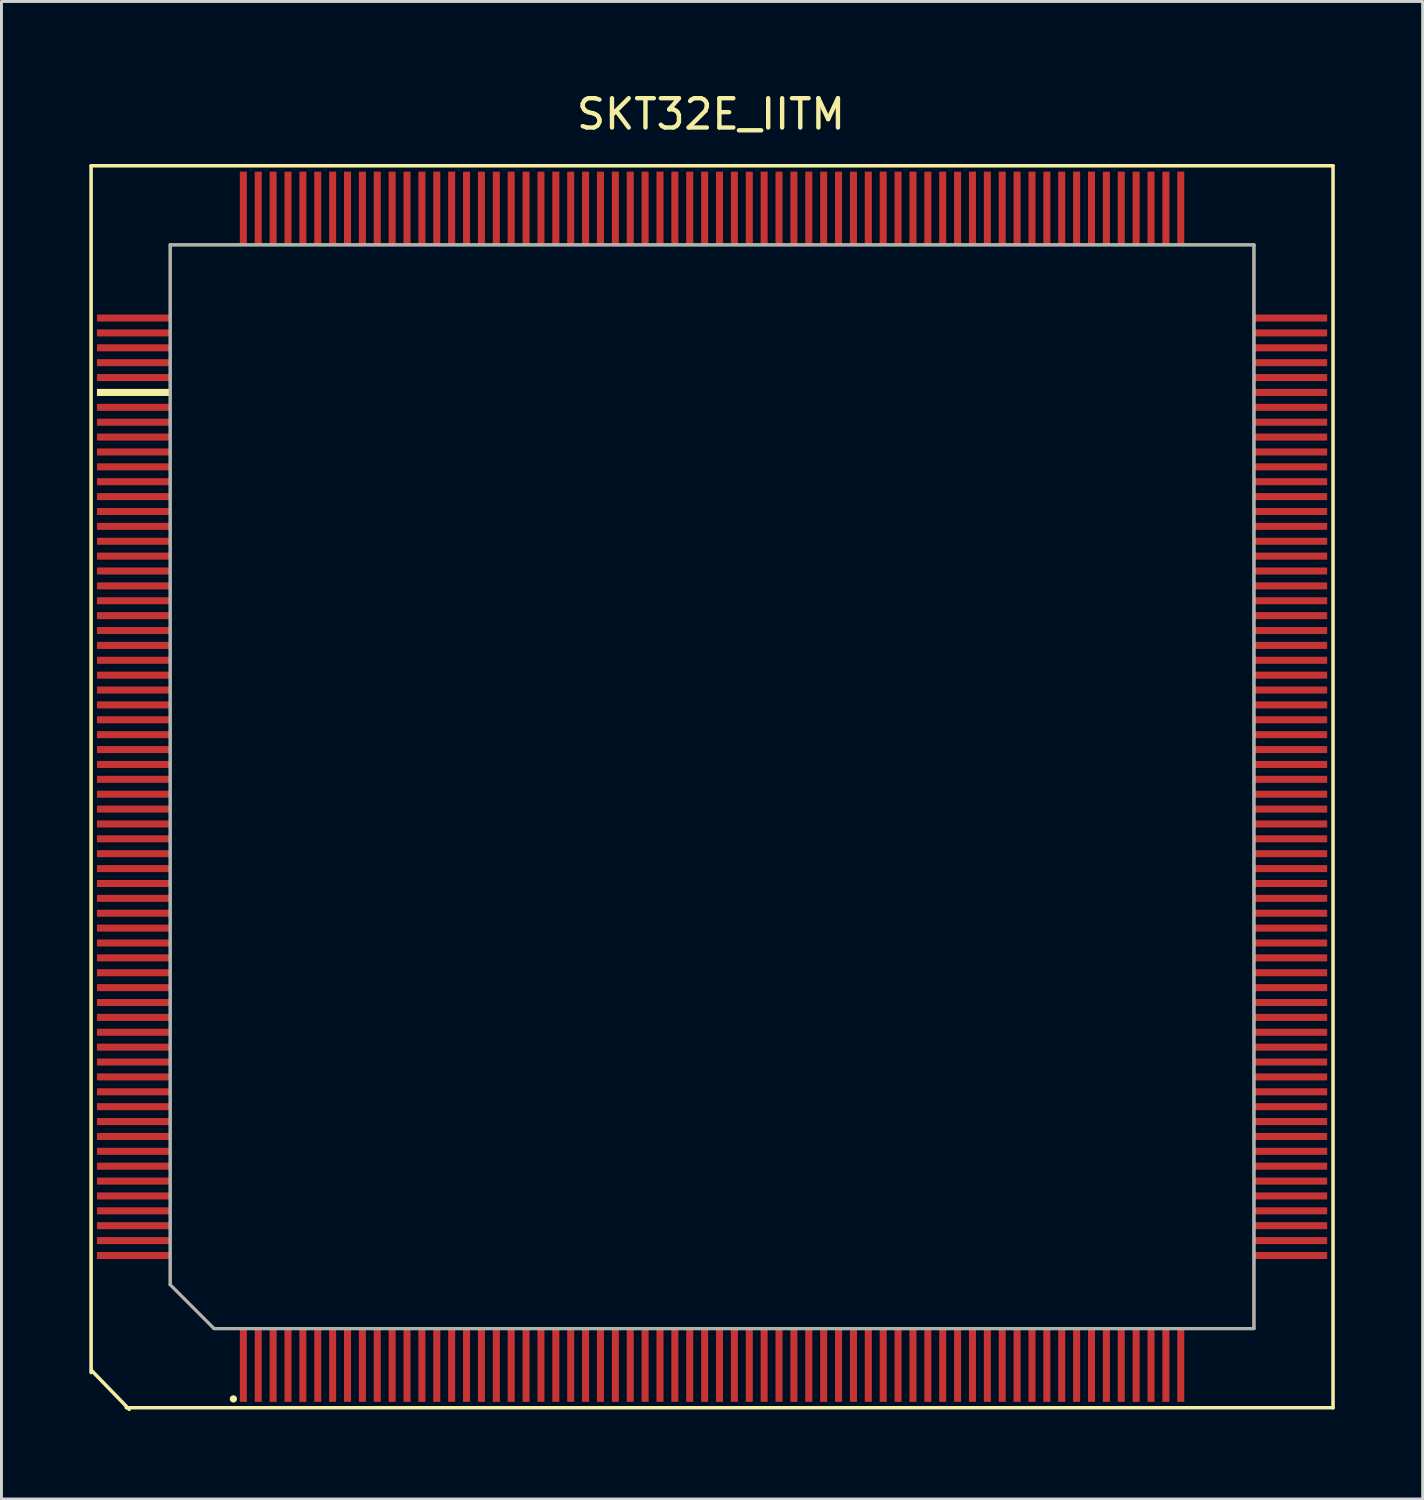
<source format=kicad_pcb>
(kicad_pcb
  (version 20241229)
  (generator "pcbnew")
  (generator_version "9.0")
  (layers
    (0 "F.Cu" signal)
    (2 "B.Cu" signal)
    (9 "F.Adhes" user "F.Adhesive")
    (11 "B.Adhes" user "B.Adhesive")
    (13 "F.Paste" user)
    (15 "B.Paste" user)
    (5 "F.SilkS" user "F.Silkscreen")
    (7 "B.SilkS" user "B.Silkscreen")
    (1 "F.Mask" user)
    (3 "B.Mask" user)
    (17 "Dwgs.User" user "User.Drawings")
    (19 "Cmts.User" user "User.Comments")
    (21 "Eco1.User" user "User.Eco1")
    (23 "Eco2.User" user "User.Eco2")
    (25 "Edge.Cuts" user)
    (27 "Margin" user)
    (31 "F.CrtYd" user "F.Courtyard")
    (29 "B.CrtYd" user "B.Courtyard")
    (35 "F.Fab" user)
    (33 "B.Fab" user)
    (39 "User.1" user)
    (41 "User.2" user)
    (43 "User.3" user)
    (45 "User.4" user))
  (footprint "SKT32E_IITM"
    (layer "F.Cu")
    (at 21.26 23.81)
    (property "Reference" "SKT32E_IITM" (at -0.036 -22.962 0) (layer "F.SilkS") (effects (font (size 1 1) (thickness 0.15))))
    (attr through_hole)
    (fp_line (start -21.2 -21.2) (end -21.2 20) (stroke (width 0.12) (type solid)) (layer "F.SilkS"))
    (fp_line (start -21.189 19.924) (end -19.898 21.255) (stroke (width 0.12) (type solid)) (layer "F.SilkS"))
    (fp_line (start -20 21.2) (end 21.2 21.2) (stroke (width 0.12) (type solid)) (layer "F.SilkS"))
    (fp_line (start -18.5 -18.5) (end -18.5 17) (stroke (width 0.1) (type solid)) (layer "F.SilkS"))
    (fp_line (start -18.5 17) (end -17 18.5) (stroke (width 0.1) (type solid)) (layer "F.SilkS"))
    (fp_line (start -17 18.5) (end 18.5 18.5) (stroke (width 0.1) (type solid)) (layer "F.SilkS"))
    (fp_line (start 18.5 -18.5) (end -18.5 -18.5) (stroke (width 0.1) (type solid)) (layer "F.SilkS"))
    (fp_line (start 18.5 18.5) (end 18.5 -18.5) (stroke (width 0.1) (type solid)) (layer "F.SilkS"))
    (fp_line (start 21.2 -21.2) (end -21.2 -21.2) (stroke (width 0.12) (type solid)) (layer "F.SilkS"))
    (fp_line (start 21.2 21.2) (end 21.2 -21.2) (stroke (width 0.12) (type solid)) (layer "F.SilkS"))
    (fp_circle (center -16.342 20.899) (end -16.406 20.899) (stroke (width 0.12) (type solid)) (fill no) (layer "F.SilkS"))
    (fp_line (start -18.5 -18.5) (end 18.5 -18.5) (stroke (width 0.1) (type solid)) (layer "F.Fab"))
    (fp_line (start -18.5 17) (end -18.5 -18.5) (stroke (width 0.1) (type solid)) (layer "F.Fab"))
    (fp_line (start -18.5 17) (end -17 18.5) (stroke (width 0.1) (type solid)) (layer "F.Fab"))
    (fp_line (start 18.5 -18.5) (end 18.5 18.5) (stroke (width 0.1) (type solid)) (layer "F.Fab"))
    (fp_line (start 18.5 18.5) (end -17 18.5) (stroke (width 0.1) (type solid)) (layer "F.Fab"))
    (pad "1" smd rect (at -16.002 18.5) (size 0.24 2.5) (drill (offset 0 1.25)) (layers "F.Cu" "F.Mask" "F.Paste"))
    (pad "2" smd rect (at -15.494 18.5) (size 0.24 2.5) (drill (offset 0 1.25)) (layers "F.Cu" "F.Mask" "F.Paste"))
    (pad "3" smd rect (at -14.986 18.5) (size 0.24 2.5) (drill (offset 0 1.25)) (layers "F.Cu" "F.Mask" "F.Paste"))
    (pad "4" smd rect (at -14.478 18.5) (size 0.24 2.5) (drill (offset 0 1.25)) (layers "F.Cu" "F.Mask" "F.Paste"))
    (pad "5" smd rect (at -13.97 18.5) (size 0.24 2.5) (drill (offset 0 1.25)) (layers "F.Cu" "F.Mask" "F.Paste"))
    (pad "6" smd rect (at -13.462 18.5) (size 0.24 2.5) (drill (offset 0 1.25)) (layers "F.Cu" "F.Mask" "F.Paste"))
    (pad "7" smd rect (at -12.954 18.5) (size 0.24 2.5) (drill (offset 0 1.25)) (layers "F.Cu" "F.Mask" "F.Paste"))
    (pad "8" smd rect (at -12.446 18.5) (size 0.24 2.5) (drill (offset 0 1.25)) (layers "F.Cu" "F.Mask" "F.Paste"))
    (pad "9" smd rect (at -11.938 18.5) (size 0.24 2.5) (drill (offset 0 1.25)) (layers "F.Cu" "F.Mask" "F.Paste"))
    (pad "10" smd rect (at -11.43 18.5) (size 0.24 2.5) (drill (offset 0 1.25)) (layers "F.Cu" "F.Mask" "F.Paste"))
    (pad "11" smd rect (at -10.922 18.5) (size 0.24 2.5) (drill (offset 0 1.25)) (layers "F.Cu" "F.Mask" "F.Paste"))
    (pad "12" smd rect (at -10.414 18.5) (size 0.24 2.5) (drill (offset 0 1.25)) (layers "F.Cu" "F.Mask" "F.Paste"))
    (pad "13" smd rect (at -9.906 18.5) (size 0.24 2.5) (drill (offset 0 1.25)) (layers "F.Cu" "F.Mask" "F.Paste"))
    (pad "14" smd rect (at -9.398 18.5) (size 0.24 2.5) (drill (offset 0 1.25)) (layers "F.Cu" "F.Mask" "F.Paste"))
    (pad "15" smd rect (at -8.89 18.5) (size 0.24 2.5) (drill (offset 0 1.25)) (layers "F.Cu" "F.Mask" "F.Paste"))
    (pad "16" smd rect (at -8.382 18.5) (size 0.24 2.5) (drill (offset 0 1.25)) (layers "F.Cu" "F.Mask" "F.Paste"))
    (pad "17" smd rect (at -7.874 18.5) (size 0.24 2.5) (drill (offset 0 1.25)) (layers "F.Cu" "F.Mask" "F.Paste"))
    (pad "18" smd rect (at -7.366 18.5) (size 0.24 2.5) (drill (offset 0 1.25)) (layers "F.Cu" "F.Mask" "F.Paste"))
    (pad "19" smd rect (at -6.858 18.5) (size 0.24 2.5) (drill (offset 0 1.25)) (layers "F.Cu" "F.Mask" "F.Paste"))
    (pad "20" smd rect (at -6.35 18.5) (size 0.24 2.5) (drill (offset 0 1.25)) (layers "F.Cu" "F.Mask" "F.Paste"))
    (pad "21" smd rect (at -5.842 18.5) (size 0.24 2.5) (drill (offset 0 1.25)) (layers "F.Cu" "F.Mask" "F.Paste"))
    (pad "22" smd rect (at -5.334 18.5) (size 0.24 2.5) (drill (offset 0 1.25)) (layers "F.Cu" "F.Mask" "F.Paste"))
    (pad "23" smd rect (at -4.826 18.5) (size 0.24 2.5) (drill (offset 0 1.25)) (layers "F.Cu" "F.Mask" "F.Paste"))
    (pad "24" smd rect (at -4.318 18.5) (size 0.24 2.5) (drill (offset 0 1.25)) (layers "F.Cu" "F.Mask" "F.Paste"))
    (pad "25" smd rect (at -3.81 18.5) (size 0.24 2.5) (drill (offset 0 1.25)) (layers "F.Cu" "F.Mask" "F.Paste"))
    (pad "26" smd rect (at -3.302 18.5) (size 0.24 2.5) (drill (offset 0 1.25)) (layers "F.Cu" "F.Mask" "F.Paste"))
    (pad "27" smd rect (at -2.794 18.5) (size 0.24 2.5) (drill (offset 0 1.25)) (layers "F.Cu" "F.Mask" "F.Paste"))
    (pad "28" smd rect (at -2.286 18.5) (size 0.24 2.5) (drill (offset 0 1.25)) (layers "F.Cu" "F.Mask" "F.Paste"))
    (pad "29" smd rect (at -1.778 18.5) (size 0.24 2.5) (drill (offset 0 1.25)) (layers "F.Cu" "F.Mask" "F.Paste"))
    (pad "30" smd rect (at -1.27 18.5) (size 0.24 2.5) (drill (offset 0 1.25)) (layers "F.Cu" "F.Mask" "F.Paste"))
    (pad "31" smd rect (at -0.762 18.5) (size 0.24 2.5) (drill (offset 0 1.25)) (layers "F.Cu" "F.Mask" "F.Paste"))
    (pad "32" smd rect (at -0.254 18.5) (size 0.24 2.5) (drill (offset 0 1.25)) (layers "F.Cu" "F.Mask" "F.Paste"))
    (pad "33" smd rect (at 0.254 18.5) (size 0.24 2.5) (drill (offset 0 1.25)) (layers "F.Cu" "F.Mask" "F.Paste"))
    (pad "34" smd rect (at 0.762 18.5) (size 0.24 2.5) (drill (offset 0 1.25)) (layers "F.Cu" "F.Mask" "F.Paste"))
    (pad "35" smd rect (at 1.27 18.5) (size 0.24 2.5) (drill (offset 0 1.25)) (layers "F.Cu" "F.Mask" "F.Paste"))
    (pad "36" smd rect (at 1.778 18.5) (size 0.24 2.5) (drill (offset 0 1.25)) (layers "F.Cu" "F.Mask" "F.Paste"))
    (pad "37" smd rect (at 2.286 18.5) (size 0.24 2.5) (drill (offset 0 1.25)) (layers "F.Cu" "F.Mask" "F.Paste"))
    (pad "38" smd rect (at 2.794 18.5) (size 0.24 2.5) (drill (offset 0 1.25)) (layers "F.Cu" "F.Mask" "F.Paste"))
    (pad "39" smd rect (at 3.302 18.5) (size 0.24 2.5) (drill (offset 0 1.25)) (layers "F.Cu" "F.Mask" "F.Paste"))
    (pad "40" smd rect (at 3.81 18.5) (size 0.24 2.5) (drill (offset 0 1.25)) (layers "F.Cu" "F.Mask" "F.Paste"))
    (pad "41" smd rect (at 4.318 18.5) (size 0.24 2.5) (drill (offset 0 1.25)) (layers "F.Cu" "F.Mask" "F.Paste"))
    (pad "42" smd rect (at 4.826 18.5) (size 0.24 2.5) (drill (offset 0 1.25)) (layers "F.Cu" "F.Mask" "F.Paste"))
    (pad "43" smd rect (at 5.334 18.5) (size 0.24 2.5) (drill (offset 0 1.25)) (layers "F.Cu" "F.Mask" "F.Paste"))
    (pad "44" smd rect (at 5.842 18.5) (size 0.24 2.5) (drill (offset 0 1.25)) (layers "F.Cu" "F.Mask" "F.Paste"))
    (pad "45" smd rect (at 6.35 18.5) (size 0.24 2.5) (drill (offset 0 1.25)) (layers "F.Cu" "F.Mask" "F.Paste"))
    (pad "46" smd rect (at 6.858 18.5) (size 0.24 2.5) (drill (offset 0 1.25)) (layers "F.Cu" "F.Mask" "F.Paste"))
    (pad "47" smd rect (at 7.366 18.5) (size 0.24 2.5) (drill (offset 0 1.25)) (layers "F.Cu" "F.Mask" "F.Paste"))
    (pad "48" smd rect (at 7.874 18.5) (size 0.24 2.5) (drill (offset 0 1.25)) (layers "F.Cu" "F.Mask" "F.Paste"))
    (pad "49" smd rect (at 8.382 18.5) (size 0.24 2.5) (drill (offset 0 1.25)) (layers "F.Cu" "F.Mask" "F.Paste"))
    (pad "50" smd rect (at 8.89 18.5) (size 0.24 2.5) (drill (offset 0 1.25)) (layers "F.Cu" "F.Mask" "F.Paste"))
    (pad "51" smd rect (at 9.398 18.5) (size 0.24 2.5) (drill (offset 0 1.25)) (layers "F.Cu" "F.Mask" "F.Paste"))
    (pad "52" smd rect (at 9.906 18.5) (size 0.24 2.5) (drill (offset 0 1.25)) (layers "F.Cu" "F.Mask" "F.Paste"))
    (pad "53" smd rect (at 10.414 18.5) (size 0.24 2.5) (drill (offset 0 1.25)) (layers "F.Cu" "F.Mask" "F.Paste"))
    (pad "54" smd rect (at 10.922 18.5) (size 0.24 2.5) (drill (offset 0 1.25)) (layers "F.Cu" "F.Mask" "F.Paste"))
    (pad "55" smd rect (at 11.43 18.5) (size 0.24 2.5) (drill (offset 0 1.25)) (layers "F.Cu" "F.Mask" "F.Paste"))
    (pad "56" smd rect (at 11.938 18.5) (size 0.24 2.5) (drill (offset 0 1.25)) (layers "F.Cu" "F.Mask" "F.Paste"))
    (pad "57" smd rect (at 12.446 18.5) (size 0.24 2.5) (drill (offset 0 1.25)) (layers "F.Cu" "F.Mask" "F.Paste"))
    (pad "58" smd rect (at 12.954 18.5) (size 0.24 2.5) (drill (offset 0 1.25)) (layers "F.Cu" "F.Mask" "F.Paste"))
    (pad "59" smd rect (at 13.462 18.5) (size 0.24 2.5) (drill (offset 0 1.25)) (layers "F.Cu" "F.Mask" "F.Paste"))
    (pad "60" smd rect (at 13.97 18.5) (size 0.24 2.5) (drill (offset 0 1.25)) (layers "F.Cu" "F.Mask" "F.Paste"))
    (pad "61" smd rect (at 14.478 18.5) (size 0.24 2.5) (drill (offset 0 1.25)) (layers "F.Cu" "F.Mask" "F.Paste"))
    (pad "62" smd rect (at 14.986 18.5) (size 0.24 2.5) (drill (offset 0 1.25)) (layers "F.Cu" "F.Mask" "F.Paste"))
    (pad "63" smd rect (at 15.494 18.5) (size 0.24 2.5) (drill (offset 0 1.25)) (layers "F.Cu" "F.Mask" "F.Paste"))
    (pad "64" smd rect (at 16.002 18.5) (size 0.24 2.5) (drill (offset 0 1.25)) (layers "F.Cu" "F.Mask" "F.Paste"))
    (pad "65" smd rect (at 18.5 16.002 90) (size 0.24 2.5) (drill (offset 0 1.25)) (layers "F.Cu" "F.Mask" "F.Paste"))
    (pad "66" smd rect (at 18.5 15.494 90) (size 0.24 2.5) (drill (offset 0 1.25)) (layers "F.Cu" "F.Mask" "F.Paste"))
    (pad "67" smd rect (at 18.5 14.986 90) (size 0.24 2.5) (drill (offset 0 1.25)) (layers "F.Cu" "F.Mask" "F.Paste"))
    (pad "68" smd rect (at 18.5 14.478 90) (size 0.24 2.5) (drill (offset 0 1.25)) (layers "F.Cu" "F.Mask" "F.Paste"))
    (pad "69" smd rect (at 18.5 13.97 90) (size 0.24 2.5) (drill (offset 0 1.25)) (layers "F.Cu" "F.Mask" "F.Paste"))
    (pad "70" smd rect (at 18.5 13.462 90) (size 0.24 2.5) (drill (offset 0 1.25)) (layers "F.Cu" "F.Mask" "F.Paste"))
    (pad "71" smd rect (at 18.5 12.954 90) (size 0.24 2.5) (drill (offset 0 1.25)) (layers "F.Cu" "F.Mask" "F.Paste"))
    (pad "72" smd rect (at 18.5 12.446 90) (size 0.24 2.5) (drill (offset 0 1.25)) (layers "F.Cu" "F.Mask" "F.Paste"))
    (pad "73" smd rect (at 18.5 11.938 90) (size 0.24 2.5) (drill (offset 0 1.25)) (layers "F.Cu" "F.Mask" "F.Paste"))
    (pad "74" smd rect (at 18.5 11.43 90) (size 0.24 2.5) (drill (offset 0 1.25)) (layers "F.Cu" "F.Mask" "F.Paste"))
    (pad "75" smd rect (at 18.5 10.922 90) (size 0.24 2.5) (drill (offset 0 1.25)) (layers "F.Cu" "F.Mask" "F.Paste"))
    (pad "76" smd rect (at 18.5 10.414 90) (size 0.24 2.5) (drill (offset 0 1.25)) (layers "F.Cu" "F.Mask" "F.Paste"))
    (pad "77" smd rect (at 18.5 9.906 90) (size 0.24 2.5) (drill (offset 0 1.25)) (layers "F.Cu" "F.Mask" "F.Paste"))
    (pad "78" smd rect (at 18.5 9.398 90) (size 0.24 2.5) (drill (offset 0 1.25)) (layers "F.Cu" "F.Mask" "F.Paste"))
    (pad "79" smd rect (at 18.5 8.89 90) (size 0.24 2.5) (drill (offset 0 1.25)) (layers "F.Cu" "F.Mask" "F.Paste"))
    (pad "80" smd rect (at 18.5 8.382 90) (size 0.24 2.5) (drill (offset 0 1.25)) (layers "F.Cu" "F.Mask" "F.Paste"))
    (pad "81" smd rect (at 18.5 7.874 90) (size 0.24 2.5) (drill (offset 0 1.25)) (layers "F.Cu" "F.Mask" "F.Paste"))
    (pad "82" smd rect (at 18.5 7.366 90) (size 0.24 2.5) (drill (offset 0 1.25)) (layers "F.Cu" "F.Mask" "F.Paste"))
    (pad "83" smd rect (at 18.5 6.858 90) (size 0.24 2.5) (drill (offset 0 1.25)) (layers "F.Cu" "F.Mask" "F.Paste"))
    (pad "84" smd rect (at 18.5 6.35 90) (size 0.24 2.5) (drill (offset 0 1.25)) (layers "F.Cu" "F.Mask" "F.Paste"))
    (pad "85" smd rect (at 18.5 5.842 90) (size 0.24 2.5) (drill (offset 0 1.25)) (layers "F.Cu" "F.Mask" "F.Paste"))
    (pad "86" smd rect (at 18.5 5.334 90) (size 0.24 2.5) (drill (offset 0 1.25)) (layers "F.Cu" "F.Mask" "F.Paste"))
    (pad "87" smd rect (at 18.5 4.826 90) (size 0.24 2.5) (drill (offset 0 1.25)) (layers "F.Cu" "F.Mask" "F.Paste"))
    (pad "88" smd rect (at 18.5 4.318 90) (size 0.24 2.5) (drill (offset 0 1.25)) (layers "F.Cu" "F.Mask" "F.Paste"))
    (pad "89" smd rect (at 18.5 3.81 90) (size 0.24 2.5) (drill (offset 0 1.25)) (layers "F.Cu" "F.Mask" "F.Paste"))
    (pad "90" smd rect (at 18.5 3.302 90) (size 0.24 2.5) (drill (offset 0 1.25)) (layers "F.Cu" "F.Mask" "F.Paste"))
    (pad "91" smd rect (at 18.5 2.794 90) (size 0.24 2.5) (drill (offset 0 1.25)) (layers "F.Cu" "F.Mask" "F.Paste"))
    (pad "92" smd rect (at 18.5 2.286 90) (size 0.24 2.5) (drill (offset 0 1.25)) (layers "F.Cu" "F.Mask" "F.Paste"))
    (pad "93" smd rect (at 18.5 1.778 90) (size 0.24 2.5) (drill (offset 0 1.25)) (layers "F.Cu" "F.Mask" "F.Paste"))
    (pad "94" smd rect (at 18.5 1.27 90) (size 0.24 2.5) (drill (offset 0 1.25)) (layers "F.Cu" "F.Mask" "F.Paste"))
    (pad "95" smd rect (at 18.5 0.762 90) (size 0.24 2.5) (drill (offset 0 1.25)) (layers "F.Cu" "F.Mask" "F.Paste"))
    (pad "96" smd rect (at 18.5 0.254 90) (size 0.24 2.5) (drill (offset 0 1.25)) (layers "F.Cu" "F.Mask" "F.Paste"))
    (pad "97" smd rect (at 18.5 -0.254 90) (size 0.24 2.5) (drill (offset 0 1.25)) (layers "F.Cu" "F.Mask" "F.Paste"))
    (pad "98" smd rect (at 18.5 -0.762 90) (size 0.24 2.5) (drill (offset 0 1.25)) (layers "F.Cu" "F.Mask" "F.Paste"))
    (pad "99" smd rect (at 18.5 -1.27 90) (size 0.24 2.5) (drill (offset 0 1.25)) (layers "F.Cu" "F.Mask" "F.Paste"))
    (pad "100" smd rect (at 18.5 -1.778 90) (size 0.24 2.5) (drill (offset 0 1.25)) (layers "F.Cu" "F.Mask" "F.Paste"))
    (pad "101" smd rect (at 18.5 -2.286 90) (size 0.24 2.5) (drill (offset 0 1.25)) (layers "F.Cu" "F.Mask" "F.Paste"))
    (pad "102" smd rect (at 18.5 -2.794 90) (size 0.24 2.5) (drill (offset 0 1.25)) (layers "F.Cu" "F.Mask" "F.Paste"))
    (pad "103" smd rect (at 18.5 -3.302 90) (size 0.24 2.5) (drill (offset 0 1.25)) (layers "F.Cu" "F.Mask" "F.Paste"))
    (pad "104" smd rect (at 18.5 -3.81 90) (size 0.24 2.5) (drill (offset 0 1.25)) (layers "F.Cu" "F.Mask" "F.Paste"))
    (pad "105" smd rect (at 18.5 -4.318 90) (size 0.24 2.5) (drill (offset 0 1.25)) (layers "F.Cu" "F.Mask" "F.Paste"))
    (pad "106" smd rect (at 18.5 -4.826 90) (size 0.24 2.5) (drill (offset 0 1.25)) (layers "F.Cu" "F.Mask" "F.Paste"))
    (pad "107" smd rect (at 18.5 -5.334 90) (size 0.24 2.5) (drill (offset 0 1.25)) (layers "F.Cu" "F.Mask" "F.Paste"))
    (pad "108" smd rect (at 18.5 -5.842 90) (size 0.24 2.5) (drill (offset 0 1.25)) (layers "F.Cu" "F.Mask" "F.Paste"))
    (pad "109" smd rect (at 18.5 -6.35 90) (size 0.24 2.5) (drill (offset 0 1.25)) (layers "F.Cu" "F.Mask" "F.Paste"))
    (pad "110" smd rect (at 18.5 -6.858 90) (size 0.24 2.5) (drill (offset 0 1.25)) (layers "F.Cu" "F.Mask" "F.Paste"))
    (pad "111" smd rect (at 18.5 -7.366 90) (size 0.24 2.5) (drill (offset 0 1.25)) (layers "F.Cu" "F.Mask" "F.Paste"))
    (pad "112" smd rect (at 18.5 -7.874 90) (size 0.24 2.5) (drill (offset 0 1.25)) (layers "F.Cu" "F.Mask" "F.Paste"))
    (pad "113" smd rect (at 18.5 -8.382 90) (size 0.24 2.5) (drill (offset 0 1.25)) (layers "F.Cu" "F.Mask" "F.Paste"))
    (pad "114" smd rect (at 18.5 -8.89 90) (size 0.24 2.5) (drill (offset 0 1.25)) (layers "F.Cu" "F.Mask" "F.Paste"))
    (pad "115" smd rect (at 18.5 -9.398 90) (size 0.24 2.5) (drill (offset 0 1.25)) (layers "F.Cu" "F.Mask" "F.Paste"))
    (pad "116" smd rect (at 18.5 -9.906 90) (size 0.24 2.5) (drill (offset 0 1.25)) (layers "F.Cu" "F.Mask" "F.Paste"))
    (pad "117" smd rect (at 18.5 -10.414 90) (size 0.24 2.5) (drill (offset 0 1.25)) (layers "F.Cu" "F.Mask" "F.Paste"))
    (pad "118" smd rect (at 18.5 -10.922 90) (size 0.24 2.5) (drill (offset 0 1.25)) (layers "F.Cu" "F.Mask" "F.Paste"))
    (pad "119" smd rect (at 18.5 -11.43 90) (size 0.24 2.5) (drill (offset 0 1.25)) (layers "F.Cu" "F.Mask" "F.Paste"))
    (pad "120" smd rect (at 18.5 -11.938 90) (size 0.24 2.5) (drill (offset 0 1.25)) (layers "F.Cu" "F.Mask" "F.Paste"))
    (pad "121" smd rect (at 18.5 -12.446 90) (size 0.24 2.5) (drill (offset 0 1.25)) (layers "F.Cu" "F.Mask" "F.Paste"))
    (pad "122" smd rect (at 18.5 -12.954 90) (size 0.24 2.5) (drill (offset 0 1.25)) (layers "F.Cu" "F.Mask" "F.Paste"))
    (pad "123" smd rect (at 18.5 -13.462 90) (size 0.24 2.5) (drill (offset 0 1.25)) (layers "F.Cu" "F.Mask" "F.Paste"))
    (pad "124" smd rect (at 18.5 -13.97 90) (size 0.24 2.5) (drill (offset 0 1.25)) (layers "F.Cu" "F.Mask" "F.Paste"))
    (pad "125" smd rect (at 18.5 -14.478 90) (size 0.24 2.5) (drill (offset 0 1.25)) (layers "F.Cu" "F.Mask" "F.Paste"))
    (pad "126" smd rect (at 18.5 -14.986 90) (size 0.24 2.5) (drill (offset 0 1.25)) (layers "F.Cu" "F.Mask" "F.Paste"))
    (pad "127" smd rect (at 18.5 -15.494 90) (size 0.24 2.5) (drill (offset 0 1.25)) (layers "F.Cu" "F.Mask" "F.Paste"))
    (pad "128" smd rect (at 18.5 -16.002 90) (size 0.24 2.5) (drill (offset 0 1.25)) (layers "F.Cu" "F.Mask" "F.Paste"))
    (pad "129" smd rect (at 16.002 -18.5 180) (size 0.24 2.5) (drill (offset 0 1.25)) (layers "F.Cu" "F.Mask" "F.Paste"))
    (pad "130" smd rect (at 15.494 -18.5 180) (size 0.24 2.5) (drill (offset 0 1.25)) (layers "F.Cu" "F.Mask" "F.Paste"))
    (pad "131" smd rect (at 14.986 -18.5 180) (size 0.24 2.5) (drill (offset 0 1.25)) (layers "F.Cu" "F.Mask" "F.Paste"))
    (pad "132" smd rect (at 14.478 -18.5 180) (size 0.24 2.5) (drill (offset 0 1.25)) (layers "F.Cu" "F.Mask" "F.Paste"))
    (pad "133" smd rect (at 13.97 -18.5 180) (size 0.24 2.5) (drill (offset 0 1.25)) (layers "F.Cu" "F.Mask" "F.Paste"))
    (pad "134" smd rect (at 13.462 -18.5 180) (size 0.24 2.5) (drill (offset 0 1.25)) (layers "F.Cu" "F.Mask" "F.Paste"))
    (pad "135" smd rect (at 12.954 -18.5 180) (size 0.24 2.5) (drill (offset 0 1.25)) (layers "F.Cu" "F.Mask" "F.Paste"))
    (pad "136" smd rect (at 12.446 -18.5 180) (size 0.24 2.5) (drill (offset 0 1.25)) (layers "F.Cu" "F.Mask" "F.Paste"))
    (pad "137" smd rect (at 11.938 -18.5 180) (size 0.24 2.5) (drill (offset 0 1.25)) (layers "F.Cu" "F.Mask" "F.Paste"))
    (pad "138" smd rect (at 11.43 -18.5 180) (size 0.24 2.5) (drill (offset 0 1.25)) (layers "F.Cu" "F.Mask" "F.Paste"))
    (pad "139" smd rect (at 10.922 -18.5 180) (size 0.24 2.5) (drill (offset 0 1.25)) (layers "F.Cu" "F.Mask" "F.Paste"))
    (pad "140" smd rect (at 10.414 -18.5 180) (size 0.24 2.5) (drill (offset 0 1.25)) (layers "F.Cu" "F.Mask" "F.Paste"))
    (pad "141" smd rect (at 9.906 -18.5 180) (size 0.24 2.5) (drill (offset 0 1.25)) (layers "F.Cu" "F.Mask" "F.Paste"))
    (pad "142" smd rect (at 9.398 -18.5 180) (size 0.24 2.5) (drill (offset 0 1.25)) (layers "F.Cu" "F.Mask" "F.Paste"))
    (pad "143" smd rect (at 8.89 -18.5 180) (size 0.24 2.5) (drill (offset 0 1.25)) (layers "F.Cu" "F.Mask" "F.Paste"))
    (pad "144" smd rect (at 8.382 -18.5 180) (size 0.24 2.5) (drill (offset 0 1.25)) (layers "F.Cu" "F.Mask" "F.Paste"))
    (pad "145" smd rect (at 7.874 -18.5 180) (size 0.24 2.5) (drill (offset 0 1.25)) (layers "F.Cu" "F.Mask" "F.Paste"))
    (pad "146" smd rect (at 7.366 -18.5 180) (size 0.24 2.5) (drill (offset 0 1.25)) (layers "F.Cu" "F.Mask" "F.Paste"))
    (pad "147" smd rect (at 6.858 -18.5 180) (size 0.24 2.5) (drill (offset 0 1.25)) (layers "F.Cu" "F.Mask" "F.Paste"))
    (pad "148" smd rect (at 6.35 -18.5 180) (size 0.24 2.5) (drill (offset 0 1.25)) (layers "F.Cu" "F.Mask" "F.Paste"))
    (pad "149" smd rect (at 5.842 -18.5 180) (size 0.24 2.5) (drill (offset 0 1.25)) (layers "F.Cu" "F.Mask" "F.Paste"))
    (pad "150" smd rect (at 5.334 -18.5 180) (size 0.24 2.5) (drill (offset 0 1.25)) (layers "F.Cu" "F.Mask" "F.Paste"))
    (pad "151" smd rect (at 4.826 -18.5 180) (size 0.24 2.5) (drill (offset 0 1.25)) (layers "F.Cu" "F.Mask" "F.Paste"))
    (pad "152" smd rect (at 4.318 -18.5 180) (size 0.24 2.5) (drill (offset 0 1.25)) (layers "F.Cu" "F.Mask" "F.Paste"))
    (pad "153" smd rect (at 3.81 -18.5 180) (size 0.24 2.5) (drill (offset 0 1.25)) (layers "F.Cu" "F.Mask" "F.Paste"))
    (pad "154" smd rect (at 3.302 -18.5 180) (size 0.24 2.5) (drill (offset 0 1.25)) (layers "F.Cu" "F.Mask" "F.Paste"))
    (pad "155" smd rect (at 2.794 -18.5 180) (size 0.24 2.5) (drill (offset 0 1.25)) (layers "F.Cu" "F.Mask" "F.Paste"))
    (pad "156" smd rect (at 2.286 -18.5 180) (size 0.24 2.5) (drill (offset 0 1.25)) (layers "F.Cu" "F.Mask" "F.Paste"))
    (pad "157" smd rect (at 1.778 -18.5 180) (size 0.24 2.5) (drill (offset 0 1.25)) (layers "F.Cu" "F.Mask" "F.Paste"))
    (pad "158" smd rect (at 1.27 -18.5 180) (size 0.24 2.5) (drill (offset 0 1.25)) (layers "F.Cu" "F.Mask" "F.Paste"))
    (pad "159" smd rect (at 0.762 -18.5 180) (size 0.24 2.5) (drill (offset 0 1.25)) (layers "F.Cu" "F.Mask" "F.Paste"))
    (pad "160" smd rect (at 0.254 -18.5 180) (size 0.24 2.5) (drill (offset 0 1.25)) (layers "F.Cu" "F.Mask" "F.Paste"))
    (pad "161" smd rect (at -0.254 -18.5 180) (size 0.24 2.5) (drill (offset 0 1.25)) (layers "F.Cu" "F.Mask" "F.Paste"))
    (pad "162" smd rect (at -0.762 -18.5 180) (size 0.24 2.5) (drill (offset 0 1.25)) (layers "F.Cu" "F.Mask" "F.Paste"))
    (pad "163" smd rect (at -1.27 -18.5 180) (size 0.24 2.5) (drill (offset 0 1.25)) (layers "F.Cu" "F.Mask" "F.Paste"))
    (pad "164" smd rect (at -1.778 -18.5 180) (size 0.24 2.5) (drill (offset 0 1.25)) (layers "F.Cu" "F.Mask" "F.Paste"))
    (pad "165" smd rect (at -2.286 -18.5 180) (size 0.24 2.5) (drill (offset 0 1.25)) (layers "F.Cu" "F.Mask" "F.Paste"))
    (pad "166" smd rect (at -2.794 -18.5 180) (size 0.24 2.5) (drill (offset 0 1.25)) (layers "F.Cu" "F.Mask" "F.Paste"))
    (pad "167" smd rect (at -3.302 -18.5 180) (size 0.24 2.5) (drill (offset 0 1.25)) (layers "F.Cu" "F.Mask" "F.Paste"))
    (pad "168" smd rect (at -3.81 -18.5 180) (size 0.24 2.5) (drill (offset 0 1.25)) (layers "F.Cu" "F.Mask" "F.Paste"))
    (pad "169" smd rect (at -4.318 -18.5 180) (size 0.24 2.5) (drill (offset 0 1.25)) (layers "F.Cu" "F.Mask" "F.Paste"))
    (pad "170" smd rect (at -4.826 -18.5 180) (size 0.24 2.5) (drill (offset 0 1.25)) (layers "F.Cu" "F.Mask" "F.Paste"))
    (pad "171" smd rect (at -5.334 -18.5 180) (size 0.24 2.5) (drill (offset 0 1.25)) (layers "F.Cu" "F.Mask" "F.Paste"))
    (pad "172" smd rect (at -5.842 -18.5 180) (size 0.24 2.5) (drill (offset 0 1.25)) (layers "F.Cu" "F.Mask" "F.Paste"))
    (pad "173" smd rect (at -6.35 -18.5 180) (size 0.24 2.5) (drill (offset 0 1.25)) (layers "F.Cu" "F.Mask" "F.Paste"))
    (pad "174" smd rect (at -6.858 -18.5 180) (size 0.24 2.5) (drill (offset 0 1.25)) (layers "F.Cu" "F.Mask" "F.Paste"))
    (pad "175" smd rect (at -7.366 -18.5 180) (size 0.24 2.5) (drill (offset 0 1.25)) (layers "F.Cu" "F.Mask" "F.Paste"))
    (pad "176" smd rect (at -7.874 -18.5 180) (size 0.24 2.5) (drill (offset 0 1.25)) (layers "F.Cu" "F.Mask" "F.Paste"))
    (pad "177" smd rect (at -8.382 -18.5 180) (size 0.24 2.5) (drill (offset 0 1.25)) (layers "F.Cu" "F.Mask" "F.Paste"))
    (pad "178" smd rect (at -8.89 -18.5 180) (size 0.24 2.5) (drill (offset 0 1.25)) (layers "F.Cu" "F.Mask" "F.Paste"))
    (pad "179" smd rect (at -9.398 -18.5 180) (size 0.24 2.5) (drill (offset 0 1.25)) (layers "F.Cu" "F.Mask" "F.Paste"))
    (pad "180" smd rect (at -9.906 -18.5 180) (size 0.24 2.5) (drill (offset 0 1.25)) (layers "F.Cu" "F.Mask" "F.Paste"))
    (pad "181" smd rect (at -10.414 -18.5 180) (size 0.24 2.5) (drill (offset 0 1.25)) (layers "F.Cu" "F.Mask" "F.Paste"))
    (pad "182" smd rect (at -10.922 -18.5 180) (size 0.24 2.5) (drill (offset 0 1.25)) (layers "F.Cu" "F.Mask" "F.Paste"))
    (pad "183" smd rect (at -11.43 -18.5 180) (size 0.24 2.5) (drill (offset 0 1.25)) (layers "F.Cu" "F.Mask" "F.Paste"))
    (pad "184" smd rect (at -11.938 -18.5 180) (size 0.24 2.5) (drill (offset 0 1.25)) (layers "F.Cu" "F.Mask" "F.Paste"))
    (pad "185" smd rect (at -12.446 -18.5 180) (size 0.24 2.5) (drill (offset 0 1.25)) (layers "F.Cu" "F.Mask" "F.Paste"))
    (pad "186" smd rect (at -12.954 -18.5 180) (size 0.24 2.5) (drill (offset 0 1.25)) (layers "F.Cu" "F.Mask" "F.Paste"))
    (pad "187" smd rect (at -13.462 -18.5 180) (size 0.24 2.5) (drill (offset 0 1.25)) (layers "F.Cu" "F.Mask" "F.Paste"))
    (pad "188" smd rect (at -13.97 -18.5 180) (size 0.24 2.5) (drill (offset 0 1.25)) (layers "F.Cu" "F.Mask" "F.Paste"))
    (pad "189" smd rect (at -14.478 -18.5 180) (size 0.24 2.5) (drill (offset 0 1.25)) (layers "F.Cu" "F.Mask" "F.Paste"))
    (pad "190" smd rect (at -14.986 -18.5 180) (size 0.24 2.5) (drill (offset 0 1.25)) (layers "F.Cu" "F.Mask" "F.Paste"))
    (pad "191" smd rect (at -15.494 -18.5 180) (size 0.24 2.5) (drill (offset 0 1.25)) (layers "F.Cu" "F.Mask" "F.Paste"))
    (pad "192" smd rect (at -16.002 -18.5 180) (size 0.24 2.5) (drill (offset 0 1.25)) (layers "F.Cu" "F.Mask" "F.Paste"))
    (pad "193" smd rect (at -18.5 -16.002 270) (size 0.24 2.5) (drill (offset 0 1.25)) (layers "F.Cu" "F.Mask" "F.Paste"))
    (pad "194" smd rect (at -18.5 -15.494 270) (size 0.24 2.5) (drill (offset 0 1.25)) (layers "F.Cu" "F.Mask" "F.Paste"))
    (pad "195" smd rect (at -18.5 -14.986 270) (size 0.24 2.5) (drill (offset 0 1.25)) (layers "F.Cu" "F.Mask" "F.Paste"))
    (pad "196" smd rect (at -18.5 -14.478 270) (size 0.24 2.5) (drill (offset 0 1.25)) (layers "F.Cu" "F.Mask" "F.Paste"))
    (pad "197" smd rect (at -18.5 -13.97 270) (size 0.24 2.5) (drill (offset 0 1.25)) (layers "F.Cu" "F.Mask" "F.Paste"))
    (pad "198" smd rect (at -18.5 -13.462 270) (size 0.24 2.5) (drill (offset 0 1.25)) (layers "F.Cu" "F.Mask" "F.SilkS" "F.Paste"))
    (pad "199" smd rect (at -18.5 -12.954 270) (size 0.24 2.5) (drill (offset 0 1.25)) (layers "F.Cu" "F.Mask" "F.Paste"))
    (pad "200" smd rect (at -18.5 -12.446 270) (size 0.24 2.5) (drill (offset 0 1.25)) (layers "F.Cu" "F.Mask" "F.Paste"))
    (pad "201" smd rect (at -18.5 -11.938 270) (size 0.24 2.5) (drill (offset 0 1.25)) (layers "F.Cu" "F.Mask" "F.Paste"))
    (pad "202" smd rect (at -18.5 -11.43 270) (size 0.24 2.5) (drill (offset 0 1.25)) (layers "F.Cu" "F.Mask" "F.Paste"))
    (pad "203" smd rect (at -18.5 -10.922 270) (size 0.24 2.5) (drill (offset 0 1.25)) (layers "F.Cu" "F.Mask" "F.Paste"))
    (pad "204" smd rect (at -18.5 -10.414 270) (size 0.24 2.5) (drill (offset 0 1.25)) (layers "F.Cu" "F.Mask" "F.Paste"))
    (pad "205" smd rect (at -18.5 -9.906 270) (size 0.24 2.5) (drill (offset 0 1.25)) (layers "F.Cu" "F.Mask" "F.Paste"))
    (pad "206" smd rect (at -18.5 -9.398 270) (size 0.24 2.5) (drill (offset 0 1.25)) (layers "F.Cu" "F.Mask" "F.Paste"))
    (pad "207" smd rect (at -18.5 -8.89 270) (size 0.24 2.5) (drill (offset 0 1.25)) (layers "F.Cu" "F.Mask" "F.Paste"))
    (pad "208" smd rect (at -18.5 -8.382 270) (size 0.24 2.5) (drill (offset 0 1.25)) (layers "F.Cu" "F.Mask" "F.Paste"))
    (pad "209" smd rect (at -18.5 -7.874 270) (size 0.24 2.5) (drill (offset 0 1.25)) (layers "F.Cu" "F.Mask" "F.Paste"))
    (pad "210" smd rect (at -18.5 -7.366 270) (size 0.24 2.5) (drill (offset 0 1.25)) (layers "F.Cu" "F.Mask" "F.Paste"))
    (pad "211" smd rect (at -18.5 -6.858 270) (size 0.24 2.5) (drill (offset 0 1.25)) (layers "F.Cu" "F.Mask" "F.Paste"))
    (pad "212" smd rect (at -18.5 -6.35 270) (size 0.24 2.5) (drill (offset 0 1.25)) (layers "F.Cu" "F.Mask" "F.Paste"))
    (pad "213" smd rect (at -18.5 -5.842 270) (size 0.24 2.5) (drill (offset 0 1.25)) (layers "F.Cu" "F.Mask" "F.Paste"))
    (pad "214" smd rect (at -18.5 -5.334 270) (size 0.24 2.5) (drill (offset 0 1.25)) (layers "F.Cu" "F.Mask" "F.Paste"))
    (pad "215" smd rect (at -18.5 -4.826 270) (size 0.24 2.5) (drill (offset 0 1.25)) (layers "F.Cu" "F.Mask" "F.Paste"))
    (pad "216" smd rect (at -18.5 -4.318 270) (size 0.24 2.5) (drill (offset 0 1.25)) (layers "F.Cu" "F.Mask" "F.Paste"))
    (pad "217" smd rect (at -18.5 -3.81 270) (size 0.24 2.5) (drill (offset 0 1.25)) (layers "F.Cu" "F.Mask" "F.Paste"))
    (pad "218" smd rect (at -18.5 -3.302 270) (size 0.24 2.5) (drill (offset 0 1.25)) (layers "F.Cu" "F.Mask" "F.Paste"))
    (pad "219" smd rect (at -18.5 -2.794 270) (size 0.24 2.5) (drill (offset 0 1.25)) (layers "F.Cu" "F.Mask" "F.Paste"))
    (pad "220" smd rect (at -18.5 -2.286 270) (size 0.24 2.5) (drill (offset 0 1.25)) (layers "F.Cu" "F.Mask" "F.Paste"))
    (pad "221" smd rect (at -18.5 -1.778 270) (size 0.24 2.5) (drill (offset 0 1.25)) (layers "F.Cu" "F.Mask" "F.Paste"))
    (pad "222" smd rect (at -18.5 -1.27 270) (size 0.24 2.5) (drill (offset 0 1.25)) (layers "F.Cu" "F.Mask" "F.Paste"))
    (pad "223" smd rect (at -18.5 -0.762 270) (size 0.24 2.5) (drill (offset 0 1.25)) (layers "F.Cu" "F.Mask" "F.Paste"))
    (pad "224" smd rect (at -18.5 -0.254 270) (size 0.24 2.5) (drill (offset 0 1.25)) (layers "F.Cu" "F.Mask" "F.Paste"))
    (pad "225" smd rect (at -18.5 0.254 270) (size 0.24 2.5) (drill (offset 0 1.25)) (layers "F.Cu" "F.Mask" "F.Paste"))
    (pad "226" smd rect (at -18.5 0.762 270) (size 0.24 2.5) (drill (offset 0 1.25)) (layers "F.Cu" "F.Mask" "F.Paste"))
    (pad "227" smd rect (at -18.5 1.27 270) (size 0.24 2.5) (drill (offset 0 1.25)) (layers "F.Cu" "F.Mask" "F.Paste"))
    (pad "228" smd rect (at -18.5 1.778 270) (size 0.24 2.5) (drill (offset 0 1.25)) (layers "F.Cu" "F.Mask" "F.Paste"))
    (pad "229" smd rect (at -18.5 2.286 270) (size 0.24 2.5) (drill (offset 0 1.25)) (layers "F.Cu" "F.Mask" "F.Paste"))
    (pad "230" smd rect (at -18.5 2.794 270) (size 0.24 2.5) (drill (offset 0 1.25)) (layers "F.Cu" "F.Mask" "F.Paste"))
    (pad "231" smd rect (at -18.5 3.302 270) (size 0.24 2.5) (drill (offset 0 1.25)) (layers "F.Cu" "F.Mask" "F.Paste"))
    (pad "232" smd rect (at -18.5 3.81 270) (size 0.24 2.5) (drill (offset 0 1.25)) (layers "F.Cu" "F.Mask" "F.Paste"))
    (pad "233" smd rect (at -18.5 4.318 270) (size 0.24 2.5) (drill (offset 0 1.25)) (layers "F.Cu" "F.Mask" "F.Paste"))
    (pad "234" smd rect (at -18.5 4.826 270) (size 0.24 2.5) (drill (offset 0 1.25)) (layers "F.Cu" "F.Mask" "F.Paste"))
    (pad "235" smd rect (at -18.5 5.334 270) (size 0.24 2.5) (drill (offset 0 1.25)) (layers "F.Cu" "F.Mask" "F.Paste"))
    (pad "236" smd rect (at -18.5 5.842 270) (size 0.24 2.5) (drill (offset 0 1.25)) (layers "F.Cu" "F.Mask" "F.Paste"))
    (pad "237" smd rect (at -18.5 6.35 270) (size 0.24 2.5) (drill (offset 0 1.25)) (layers "F.Cu" "F.Mask" "F.Paste"))
    (pad "238" smd rect (at -18.5 6.858 270) (size 0.24 2.5) (drill (offset 0 1.25)) (layers "F.Cu" "F.Mask" "F.Paste"))
    (pad "239" smd rect (at -18.5 7.366 270) (size 0.24 2.5) (drill (offset 0 1.25)) (layers "F.Cu" "F.Mask" "F.Paste"))
    (pad "240" smd rect (at -18.5 7.874 270) (size 0.24 2.5) (drill (offset 0 1.25)) (layers "F.Cu" "F.Mask" "F.Paste"))
    (pad "241" smd rect (at -18.5 8.382 270) (size 0.24 2.5) (drill (offset 0 1.25)) (layers "F.Cu" "F.Mask" "F.Paste"))
    (pad "242" smd rect (at -18.5 8.89 270) (size 0.24 2.5) (drill (offset 0 1.25)) (layers "F.Cu" "F.Mask" "F.Paste"))
    (pad "243" smd rect (at -18.5 9.398 270) (size 0.24 2.5) (drill (offset 0 1.25)) (layers "F.Cu" "F.Mask" "F.Paste"))
    (pad "244" smd rect (at -18.5 9.906 270) (size 0.24 2.5) (drill (offset 0 1.25)) (layers "F.Cu" "F.Mask" "F.Paste"))
    (pad "245" smd rect (at -18.5 10.414 270) (size 0.24 2.5) (drill (offset 0 1.25)) (layers "F.Cu" "F.Mask" "F.Paste"))
    (pad "246" smd rect (at -18.5 10.922 270) (size 0.24 2.5) (drill (offset 0 1.25)) (layers "F.Cu" "F.Mask" "F.Paste" "Eco2.User"))
    (pad "247" smd rect (at -18.5 11.43 270) (size 0.24 2.5) (drill (offset 0 1.25)) (layers "F.Cu" "F.Mask" "F.Paste"))
    (pad "248" smd rect (at -18.5 11.938 270) (size 0.24 2.5) (drill (offset 0 1.25)) (layers "F.Cu" "F.Mask" "F.Paste"))
    (pad "249" smd rect (at -18.5 12.446 270) (size 0.24 2.5) (drill (offset 0 1.25)) (layers "F.Cu" "F.Mask" "F.Paste"))
    (pad "250" smd rect (at -18.5 12.954 270) (size 0.24 2.5) (drill (offset 0 1.25)) (layers "F.Cu" "F.Mask" "F.Paste"))
    (pad "251" smd rect (at -18.5 13.462 270) (size 0.24 2.5) (drill (offset 0 1.25)) (layers "F.Cu" "F.Mask" "F.Paste"))
    (pad "252" smd rect (at -18.5 13.97 270) (size 0.24 2.5) (drill (offset 0 1.25)) (layers "F.Cu" "F.Mask" "F.Paste"))
    (pad "253" smd rect (at -18.5 14.478 270) (size 0.24 2.5) (drill (offset 0 1.25)) (layers "F.Cu" "F.Mask" "F.Paste"))
    (pad "254" smd rect (at -18.5 14.986 270) (size 0.24 2.5) (drill (offset 0 1.25)) (layers "F.Cu" "F.Mask" "F.Paste"))
    (pad "255" smd rect (at -18.5 15.494 270) (size 0.24 2.5) (drill (offset 0 1.25)) (layers "F.Cu" "F.Mask" "F.Paste"))
    (pad "256" smd rect (at -18.5 16.002 270) (size 0.24 2.5) (drill (offset 0 1.25)) (layers "F.Cu" "F.Mask" "F.Paste")))
  (gr_rect
    (start -3 -3)
    (end 45.52 48.125)
    (stroke (width 0.1) (type default))
    (fill no)
    (layer "Edge.Cuts")))
</source>
